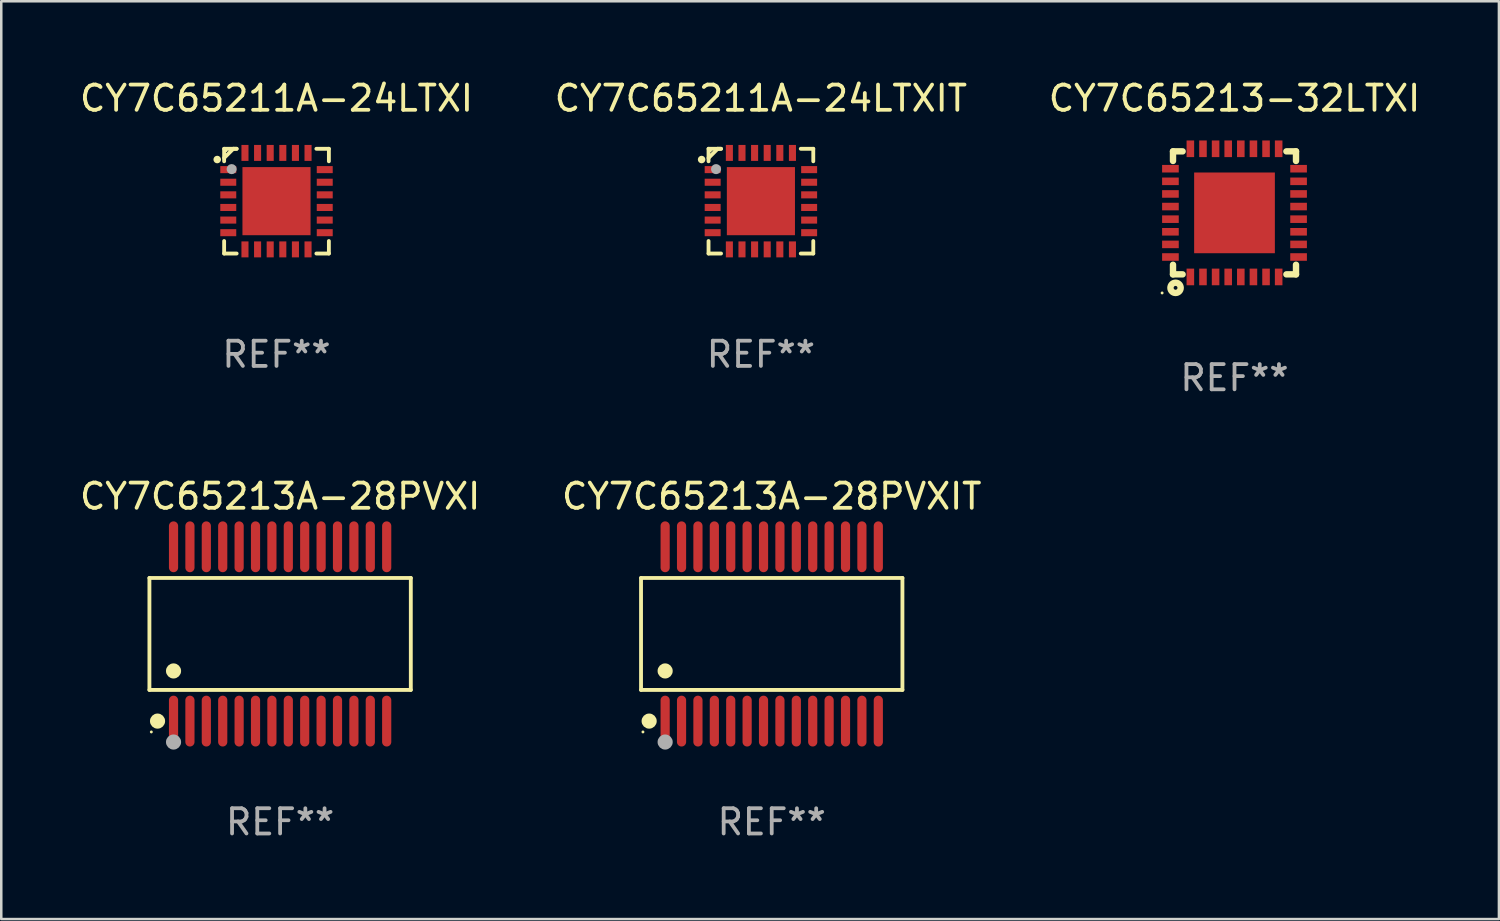
<source format=kicad_pcb>
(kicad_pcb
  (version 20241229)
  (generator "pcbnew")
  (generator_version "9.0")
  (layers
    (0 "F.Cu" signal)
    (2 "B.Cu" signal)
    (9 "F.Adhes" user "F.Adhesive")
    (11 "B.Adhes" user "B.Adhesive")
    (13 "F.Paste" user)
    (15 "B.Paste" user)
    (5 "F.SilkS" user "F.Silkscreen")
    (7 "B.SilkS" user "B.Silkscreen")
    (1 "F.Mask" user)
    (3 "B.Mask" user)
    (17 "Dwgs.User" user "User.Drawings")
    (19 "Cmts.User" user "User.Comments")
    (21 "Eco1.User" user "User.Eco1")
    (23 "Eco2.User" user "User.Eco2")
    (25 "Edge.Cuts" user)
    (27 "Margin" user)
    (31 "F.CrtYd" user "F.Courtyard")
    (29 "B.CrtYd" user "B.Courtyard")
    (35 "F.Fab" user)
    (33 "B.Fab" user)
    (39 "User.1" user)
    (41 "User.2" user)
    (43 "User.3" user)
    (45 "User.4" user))
  (footprint "CY7C65213A-28PVXIT"
    (layer "F.Cu")
    (at 27.542 22.08)
    (property "Reference" "CY7C65213A-28PVXIT" (at 0 -5.455 0) (layer "F.SilkS") (effects (font (size 1 1) (thickness 0.15))))
    (attr through_hole)
    (fp_line (start -5.181 -2.219) (end 5.181 -2.219) (stroke (width 0.152) (type solid)) (layer "F.SilkS"))
    (fp_line (start -5.181 2.219) (end -5.181 -2.219) (stroke (width 0.152) (type solid)) (layer "F.SilkS"))
    (fp_line (start 5.181 -2.219) (end 5.181 2.219) (stroke (width 0.152) (type solid)) (layer "F.SilkS"))
    (fp_line (start 5.181 2.219) (end -5.181 2.219) (stroke (width 0.152) (type solid)) (layer "F.SilkS"))
    (fp_circle (center -5.105 3.885) (end -5.075 3.885) (stroke (width 0.06) (type solid)) (fill no) (layer "F.SilkS"))
    (fp_circle (center -4.859 3.455) (end -4.709 3.455) (stroke (width 0.3) (type solid)) (fill no) (layer "F.SilkS"))
    (fp_circle (center -4.225 1.467) (end -4.075 1.467) (stroke (width 0.3) (type solid)) (fill no) (layer "F.SilkS"))
    (fp_circle (center -4.225 4.285) (end -4.075 4.285) (stroke (width 0.3) (type solid)) (fill no) (layer "F.Fab"))
    (fp_text user "REF**" (at 0 7.455 0) (layer "F.Fab") (effects (font (size 1 1) (thickness 0.15))))
    (pad "1" smd oval (at -4.225 3.455) (size 0.364 2.015) (layers "F.Cu" "F.Mask" "F.Paste"))
    (pad "2" smd oval (at -3.575 3.455) (size 0.364 2.015) (layers "F.Cu" "F.Mask" "F.Paste"))
    (pad "3" smd oval (at -2.925 3.455) (size 0.364 2.015) (layers "F.Cu" "F.Mask" "F.Paste"))
    (pad "4" smd oval (at -2.275 3.455) (size 0.364 2.015) (layers "F.Cu" "F.Mask" "F.Paste"))
    (pad "5" smd oval (at -1.625 3.455) (size 0.364 2.015) (layers "F.Cu" "F.Mask" "F.Paste"))
    (pad "6" smd oval (at -0.975 3.455) (size 0.364 2.015) (layers "F.Cu" "F.Mask" "F.Paste"))
    (pad "7" smd oval (at -0.325 3.455) (size 0.364 2.015) (layers "F.Cu" "F.Mask" "F.Paste"))
    (pad "8" smd oval (at 0.325 3.455) (size 0.364 2.015) (layers "F.Cu" "F.Mask" "F.Paste"))
    (pad "9" smd oval (at 0.975 3.455) (size 0.364 2.015) (layers "F.Cu" "F.Mask" "F.Paste"))
    (pad "10" smd oval (at 1.625 3.455) (size 0.364 2.015) (layers "F.Cu" "F.Mask" "F.Paste"))
    (pad "11" smd oval (at 2.275 3.455) (size 0.364 2.015) (layers "F.Cu" "F.Mask" "F.Paste"))
    (pad "12" smd oval (at 2.925 3.455) (size 0.364 2.015) (layers "F.Cu" "F.Mask" "F.Paste"))
    (pad "13" smd oval (at 3.575 3.455) (size 0.364 2.015) (layers "F.Cu" "F.Mask" "F.Paste"))
    (pad "14" smd oval (at 4.225 3.455) (size 0.364 2.015) (layers "F.Cu" "F.Mask" "F.Paste"))
    (pad "15" smd oval (at 4.225 -3.455) (size 0.364 2.015) (layers "F.Cu" "F.Mask" "F.Paste"))
    (pad "16" smd oval (at 3.575 -3.455) (size 0.364 2.015) (layers "F.Cu" "F.Mask" "F.Paste"))
    (pad "17" smd oval (at 2.925 -3.455) (size 0.364 2.015) (layers "F.Cu" "F.Mask" "F.Paste"))
    (pad "18" smd oval (at 2.275 -3.455) (size 0.364 2.015) (layers "F.Cu" "F.Mask" "F.Paste"))
    (pad "19" smd oval (at 1.625 -3.455) (size 0.364 2.015) (layers "F.Cu" "F.Mask" "F.Paste"))
    (pad "20" smd oval (at 0.975 -3.455) (size 0.364 2.015) (layers "F.Cu" "F.Mask" "F.Paste"))
    (pad "21" smd oval (at 0.325 -3.455) (size 0.364 2.015) (layers "F.Cu" "F.Mask" "F.Paste"))
    (pad "22" smd oval (at -0.325 -3.455) (size 0.364 2.015) (layers "F.Cu" "F.Mask" "F.Paste"))
    (pad "23" smd oval (at -0.975 -3.455) (size 0.364 2.015) (layers "F.Cu" "F.Mask" "F.Paste"))
    (pad "24" smd oval (at -1.625 -3.455) (size 0.364 2.015) (layers "F.Cu" "F.Mask" "F.Paste"))
    (pad "25" smd oval (at -2.275 -3.455) (size 0.364 2.015) (layers "F.Cu" "F.Mask" "F.Paste"))
    (pad "26" smd oval (at -2.925 -3.455) (size 0.364 2.015) (layers "F.Cu" "F.Mask" "F.Paste"))
    (pad "27" smd oval (at -3.575 -3.455) (size 0.364 2.015) (layers "F.Cu" "F.Mask" "F.Paste"))
    (pad "28" smd oval (at -4.225 -3.455) (size 0.364 2.015) (layers "F.Cu" "F.Mask" "F.Paste")))
  (footprint "CY7C65211A-24LTXI"
    (layer "F.Cu")
    (at 7.911 4.924)
    (property "Reference" "CY7C65211A-24LTXI" (at 0 -4.076 0) (layer "F.SilkS") (effects (font (size 1 1) (thickness 0.15))))
    (attr through_hole)
    (fp_line (start -2.076 -2.076) (end -2.076 -1.58) (stroke (width 0.152) (type solid)) (layer "F.SilkS"))
    (fp_line (start -2.076 2.076) (end -2.076 1.58) (stroke (width 0.152) (type solid)) (layer "F.SilkS"))
    (fp_line (start -1.713 -2.076) (end -2.076 -1.713) (stroke (width 0.152) (type solid)) (layer "F.SilkS"))
    (fp_line (start -1.58 -2.076) (end -2.076 -2.076) (stroke (width 0.152) (type solid)) (layer "F.SilkS"))
    (fp_line (start -1.58 -2.076) (end -1.713 -2.076) (stroke (width 0.152) (type solid)) (layer "F.SilkS"))
    (fp_line (start -1.58 2.076) (end -2.076 2.076) (stroke (width 0.152) (type solid)) (layer "F.SilkS"))
    (fp_line (start 1.58 -2.076) (end 2.076 -2.076) (stroke (width 0.152) (type solid)) (layer "F.SilkS"))
    (fp_line (start 1.58 2.076) (end 2.076 2.076) (stroke (width 0.152) (type solid)) (layer "F.SilkS"))
    (fp_line (start 2.076 -2.076) (end 2.076 -1.58) (stroke (width 0.152) (type solid)) (layer "F.SilkS"))
    (fp_line (start 2.076 2.076) (end 2.076 1.58) (stroke (width 0.152) (type solid)) (layer "F.SilkS"))
    (fp_circle (center -2.35 -1.65) (end -2.275 -1.65) (stroke (width 0.15) (type solid)) (fill no) (layer "F.SilkS"))
    (fp_circle (center -2 -2) (end -1.97 -2) (stroke (width 0.06) (type solid)) (fill no) (layer "F.SilkS"))
    (fp_circle (center -1.778 -1.27) (end -1.678 -1.27) (stroke (width 0.2) (type solid)) (fill no) (layer "F.Fab"))
    (fp_text user "REF**" (at 0 6.076 0) (layer "F.Fab") (effects (font (size 1 1) (thickness 0.15))))
    (pad "1" smd rect (at -1.912 -1.25) (size 0.633 0.28) (layers "F.Cu" "F.Mask" "F.Paste"))
    (pad "2" smd rect (at -1.912 -0.75) (size 0.633 0.28) (layers "F.Cu" "F.Mask" "F.Paste"))
    (pad "3" smd rect (at -1.912 -0.25) (size 0.633 0.28) (layers "F.Cu" "F.Mask" "F.Paste"))
    (pad "4" smd rect (at -1.912 0.25) (size 0.633 0.28) (layers "F.Cu" "F.Mask" "F.Paste"))
    (pad "5" smd rect (at -1.912 0.75) (size 0.633 0.28) (layers "F.Cu" "F.Mask" "F.Paste"))
    (pad "6" smd rect (at -1.912 1.25) (size 0.633 0.28) (layers "F.Cu" "F.Mask" "F.Paste"))
    (pad "7" smd rect (at -1.25 1.912) (size 0.28 0.633) (layers "F.Cu" "F.Mask" "F.Paste"))
    (pad "8" smd rect (at -0.75 1.912) (size 0.28 0.633) (layers "F.Cu" "F.Mask" "F.Paste"))
    (pad "9" smd rect (at -0.25 1.912) (size 0.28 0.633) (layers "F.Cu" "F.Mask" "F.Paste"))
    (pad "10" smd rect (at 0.25 1.912) (size 0.28 0.633) (layers "F.Cu" "F.Mask" "F.Paste"))
    (pad "11" smd rect (at 0.75 1.912) (size 0.28 0.633) (layers "F.Cu" "F.Mask" "F.Paste"))
    (pad "12" smd rect (at 1.25 1.912) (size 0.28 0.633) (layers "F.Cu" "F.Mask" "F.Paste"))
    (pad "13" smd rect (at 1.912 1.25) (size 0.633 0.28) (layers "F.Cu" "F.Mask" "F.Paste"))
    (pad "14" smd rect (at 1.912 0.75) (size 0.633 0.28) (layers "F.Cu" "F.Mask" "F.Paste"))
    (pad "15" smd rect (at 1.912 0.25) (size 0.633 0.28) (layers "F.Cu" "F.Mask" "F.Paste"))
    (pad "16" smd rect (at 1.912 -0.25) (size 0.633 0.28) (layers "F.Cu" "F.Mask" "F.Paste"))
    (pad "17" smd rect (at 1.912 -0.75) (size 0.633 0.28) (layers "F.Cu" "F.Mask" "F.Paste"))
    (pad "18" smd rect (at 1.912 -1.25) (size 0.633 0.28) (layers "F.Cu" "F.Mask" "F.Paste"))
    (pad "19" smd rect (at 1.25 -1.912) (size 0.28 0.633) (layers "F.Cu" "F.Mask" "F.Paste"))
    (pad "20" smd rect (at 0.75 -1.912) (size 0.28 0.633) (layers "F.Cu" "F.Mask" "F.Paste"))
    (pad "21" smd rect (at 0.25 -1.912) (size 0.28 0.633) (layers "F.Cu" "F.Mask" "F.Paste"))
    (pad "22" smd rect (at -0.25 -1.912) (size 0.28 0.633) (layers "F.Cu" "F.Mask" "F.Paste"))
    (pad "23" smd rect (at -0.75 -1.912) (size 0.28 0.633) (layers "F.Cu" "F.Mask" "F.Paste"))
    (pad "24" smd rect (at -1.25 -1.912) (size 0.28 0.633) (layers "F.Cu" "F.Mask" "F.Paste"))
    (pad "25" smd rect (at 0 0) (size 2.7 2.7) (layers "F.Cu" "F.Mask" "F.Paste")))
  (footprint "CY7C65213-32LTXI"
    (layer "F.Cu")
    (at 45.887 5.388)
    (property "Reference" "CY7C65213-32LTXI" (at 0 -4.54 0) (layer "F.SilkS") (effects (font (size 1 1) (thickness 0.15))))
    (attr through_hole)
    (fp_line (start -2.438 -2.438) (end -2.057 -2.438) (stroke (width 0.254) (type solid)) (layer "F.SilkS"))
    (fp_line (start -2.438 -2.057) (end -2.438 -2.438) (stroke (width 0.254) (type solid)) (layer "F.SilkS"))
    (fp_line (start -2.438 2.438) (end -2.438 2.057) (stroke (width 0.254) (type solid)) (layer "F.SilkS"))
    (fp_line (start -2.057 2.438) (end -2.438 2.438) (stroke (width 0.254) (type solid)) (layer "F.SilkS"))
    (fp_line (start 2.057 -2.438) (end 2.438 -2.438) (stroke (width 0.254) (type solid)) (layer "F.SilkS"))
    (fp_line (start 2.438 -2.438) (end 2.438 -2.057) (stroke (width 0.254) (type solid)) (layer "F.SilkS"))
    (fp_line (start 2.438 2.057) (end 2.438 2.438) (stroke (width 0.254) (type solid)) (layer "F.SilkS"))
    (fp_line (start 2.438 2.438) (end 2.057 2.438) (stroke (width 0.254) (type solid)) (layer "F.SilkS"))
    (fp_circle (center -2.87 3.175) (end -2.84 3.175) (stroke (width 0.06) (type solid)) (fill no) (layer "F.SilkS"))
    (fp_circle (center -2.337 2.972) (end -2.261 2.972) (stroke (width 0.254) (type solid)) (fill no) (layer "F.SilkS"))
    (fp_text user "REF**" (at 0 6.54 0) (layer "F.Fab") (effects (font (size 1 1) (thickness 0.15))))
    (pad "1" smd rect (at -1.75 2.54 90) (size 0.66 0.3) (layers "F.Cu" "F.Mask" "F.Paste"))
    (pad "2" smd rect (at -1.25 2.54 90) (size 0.66 0.3) (layers "F.Cu" "F.Mask" "F.Paste"))
    (pad "3" smd rect (at -0.75 2.54 90) (size 0.66 0.3) (layers "F.Cu" "F.Mask" "F.Paste"))
    (pad "4" smd rect (at -0.25 2.54 90) (size 0.66 0.3) (layers "F.Cu" "F.Mask" "F.Paste"))
    (pad "5" smd rect (at 0.25 2.54 90) (size 0.66 0.3) (layers "F.Cu" "F.Mask" "F.Paste"))
    (pad "6" smd rect (at 0.75 2.54 90) (size 0.66 0.3) (layers "F.Cu" "F.Mask" "F.Paste"))
    (pad "7" smd rect (at 1.25 2.54 90) (size 0.66 0.3) (layers "F.Cu" "F.Mask" "F.Paste"))
    (pad "8" smd rect (at 1.75 2.54 90) (size 0.66 0.3) (layers "F.Cu" "F.Mask" "F.Paste"))
    (pad "9" smd rect (at 2.54 1.75 90) (size 0.3 0.66) (layers "F.Cu" "F.Mask" "F.Paste"))
    (pad "10" smd rect (at 2.54 1.25 90) (size 0.3 0.66) (layers "F.Cu" "F.Mask" "F.Paste"))
    (pad "11" smd rect (at 2.54 0.75 90) (size 0.3 0.66) (layers "F.Cu" "F.Mask" "F.Paste"))
    (pad "12" smd rect (at 2.54 0.25 90) (size 0.3 0.66) (layers "F.Cu" "F.Mask" "F.Paste"))
    (pad "13" smd rect (at 2.54 -0.25 90) (size 0.3 0.66) (layers "F.Cu" "F.Mask" "F.Paste"))
    (pad "14" smd rect (at 2.54 -0.75 90) (size 0.3 0.66) (layers "F.Cu" "F.Mask" "F.Paste"))
    (pad "15" smd rect (at 2.54 -1.25 90) (size 0.3 0.66) (layers "F.Cu" "F.Mask" "F.Paste"))
    (pad "16" smd rect (at 2.54 -1.75 90) (size 0.3 0.66) (layers "F.Cu" "F.Mask" "F.Paste"))
    (pad "17" smd rect (at 1.75 -2.54 90) (size 0.66 0.3) (layers "F.Cu" "F.Mask" "F.Paste"))
    (pad "18" smd rect (at 1.25 -2.54 90) (size 0.66 0.3) (layers "F.Cu" "F.Mask" "F.Paste"))
    (pad "19" smd rect (at 0.75 -2.54 90) (size 0.66 0.3) (layers "F.Cu" "F.Mask" "F.Paste"))
    (pad "20" smd rect (at 0.25 -2.54 90) (size 0.66 0.3) (layers "F.Cu" "F.Mask" "F.Paste"))
    (pad "21" smd rect (at -0.25 -2.54 90) (size 0.66 0.3) (layers "F.Cu" "F.Mask" "F.Paste"))
    (pad "22" smd rect (at -0.75 -2.54 90) (size 0.66 0.3) (layers "F.Cu" "F.Mask" "F.Paste"))
    (pad "23" smd rect (at -1.25 -2.54 90) (size 0.66 0.3) (layers "F.Cu" "F.Mask" "F.Paste"))
    (pad "24" smd rect (at -1.75 -2.54 90) (size 0.66 0.3) (layers "F.Cu" "F.Mask" "F.Paste"))
    (pad "25" smd rect (at -2.54 -1.75 90) (size 0.3 0.66) (layers "F.Cu" "F.Mask" "F.Paste"))
    (pad "26" smd rect (at -2.54 -1.25 90) (size 0.3 0.66) (layers "F.Cu" "F.Mask" "F.Paste"))
    (pad "27" smd rect (at -2.54 -0.75 90) (size 0.3 0.66) (layers "F.Cu" "F.Mask" "F.Paste"))
    (pad "28" smd rect (at -2.54 -0.25 90) (size 0.3 0.66) (layers "F.Cu" "F.Mask" "F.Paste"))
    (pad "29" smd rect (at -2.54 0.25 90) (size 0.3 0.66) (layers "F.Cu" "F.Mask" "F.Paste"))
    (pad "30" smd rect (at -2.54 0.75 90) (size 0.3 0.66) (layers "F.Cu" "F.Mask" "F.Paste"))
    (pad "31" smd rect (at -2.54 1.25 90) (size 0.3 0.66) (layers "F.Cu" "F.Mask" "F.Paste"))
    (pad "32" smd rect (at -2.54 1.75 90) (size 0.3 0.66) (layers "F.Cu" "F.Mask" "F.Paste"))
    (pad "33" smd rect (at 0 0 90) (size 3.2 3.2) (layers "F.Cu" "F.Mask" "F.Paste")))
  (footprint "CY7C65211A-24LTXIT"
    (layer "F.Cu")
    (at 27.113 4.924)
    (property "Reference" "CY7C65211A-24LTXIT" (at 0 -4.076 0) (layer "F.SilkS") (effects (font (size 1 1) (thickness 0.15))))
    (attr through_hole)
    (fp_line (start -2.076 -2.076) (end -2.076 -1.58) (stroke (width 0.152) (type solid)) (layer "F.SilkS"))
    (fp_line (start -2.076 2.076) (end -2.076 1.58) (stroke (width 0.152) (type solid)) (layer "F.SilkS"))
    (fp_line (start -1.713 -2.076) (end -2.076 -1.713) (stroke (width 0.152) (type solid)) (layer "F.SilkS"))
    (fp_line (start -1.58 -2.076) (end -2.076 -2.076) (stroke (width 0.152) (type solid)) (layer "F.SilkS"))
    (fp_line (start -1.58 -2.076) (end -1.713 -2.076) (stroke (width 0.152) (type solid)) (layer "F.SilkS"))
    (fp_line (start -1.58 2.076) (end -2.076 2.076) (stroke (width 0.152) (type solid)) (layer "F.SilkS"))
    (fp_line (start 1.58 -2.076) (end 2.076 -2.076) (stroke (width 0.152) (type solid)) (layer "F.SilkS"))
    (fp_line (start 1.58 2.076) (end 2.076 2.076) (stroke (width 0.152) (type solid)) (layer "F.SilkS"))
    (fp_line (start 2.076 -2.076) (end 2.076 -1.58) (stroke (width 0.152) (type solid)) (layer "F.SilkS"))
    (fp_line (start 2.076 2.076) (end 2.076 1.58) (stroke (width 0.152) (type solid)) (layer "F.SilkS"))
    (fp_circle (center -2.35 -1.65) (end -2.275 -1.65) (stroke (width 0.15) (type solid)) (fill no) (layer "F.SilkS"))
    (fp_circle (center -2 -2) (end -1.97 -2) (stroke (width 0.06) (type solid)) (fill no) (layer "F.SilkS"))
    (fp_circle (center -1.778 -1.27) (end -1.678 -1.27) (stroke (width 0.2) (type solid)) (fill no) (layer "F.Fab"))
    (fp_text user "REF**" (at 0 6.076 0) (layer "F.Fab") (effects (font (size 1 1) (thickness 0.15))))
    (pad "1" smd rect (at -1.912 -1.25) (size 0.633 0.28) (layers "F.Cu" "F.Mask" "F.Paste"))
    (pad "2" smd rect (at -1.912 -0.75) (size 0.633 0.28) (layers "F.Cu" "F.Mask" "F.Paste"))
    (pad "3" smd rect (at -1.912 -0.25) (size 0.633 0.28) (layers "F.Cu" "F.Mask" "F.Paste"))
    (pad "4" smd rect (at -1.912 0.25) (size 0.633 0.28) (layers "F.Cu" "F.Mask" "F.Paste"))
    (pad "5" smd rect (at -1.912 0.75) (size 0.633 0.28) (layers "F.Cu" "F.Mask" "F.Paste"))
    (pad "6" smd rect (at -1.912 1.25) (size 0.633 0.28) (layers "F.Cu" "F.Mask" "F.Paste"))
    (pad "7" smd rect (at -1.25 1.912) (size 0.28 0.633) (layers "F.Cu" "F.Mask" "F.Paste"))
    (pad "8" smd rect (at -0.75 1.912) (size 0.28 0.633) (layers "F.Cu" "F.Mask" "F.Paste"))
    (pad "9" smd rect (at -0.25 1.912) (size 0.28 0.633) (layers "F.Cu" "F.Mask" "F.Paste"))
    (pad "10" smd rect (at 0.25 1.912) (size 0.28 0.633) (layers "F.Cu" "F.Mask" "F.Paste"))
    (pad "11" smd rect (at 0.75 1.912) (size 0.28 0.633) (layers "F.Cu" "F.Mask" "F.Paste"))
    (pad "12" smd rect (at 1.25 1.912) (size 0.28 0.633) (layers "F.Cu" "F.Mask" "F.Paste"))
    (pad "13" smd rect (at 1.912 1.25) (size 0.633 0.28) (layers "F.Cu" "F.Mask" "F.Paste"))
    (pad "14" smd rect (at 1.912 0.75) (size 0.633 0.28) (layers "F.Cu" "F.Mask" "F.Paste"))
    (pad "15" smd rect (at 1.912 0.25) (size 0.633 0.28) (layers "F.Cu" "F.Mask" "F.Paste"))
    (pad "16" smd rect (at 1.912 -0.25) (size 0.633 0.28) (layers "F.Cu" "F.Mask" "F.Paste"))
    (pad "17" smd rect (at 1.912 -0.75) (size 0.633 0.28) (layers "F.Cu" "F.Mask" "F.Paste"))
    (pad "18" smd rect (at 1.912 -1.25) (size 0.633 0.28) (layers "F.Cu" "F.Mask" "F.Paste"))
    (pad "19" smd rect (at 1.25 -1.912) (size 0.28 0.633) (layers "F.Cu" "F.Mask" "F.Paste"))
    (pad "20" smd rect (at 0.75 -1.912) (size 0.28 0.633) (layers "F.Cu" "F.Mask" "F.Paste"))
    (pad "21" smd rect (at 0.25 -1.912) (size 0.28 0.633) (layers "F.Cu" "F.Mask" "F.Paste"))
    (pad "22" smd rect (at -0.25 -1.912) (size 0.28 0.633) (layers "F.Cu" "F.Mask" "F.Paste"))
    (pad "23" smd rect (at -0.75 -1.912) (size 0.28 0.633) (layers "F.Cu" "F.Mask" "F.Paste"))
    (pad "24" smd rect (at -1.25 -1.912) (size 0.28 0.633) (layers "F.Cu" "F.Mask" "F.Paste"))
    (pad "25" smd rect (at 0 0) (size 2.7 2.7) (layers "F.Cu" "F.Mask" "F.Paste")))
  (footprint "CY7C65213A-28PVXI"
    (layer "F.Cu")
    (at 8.054 22.08)
    (property "Reference" "CY7C65213A-28PVXI" (at 0 -5.455 0) (layer "F.SilkS") (effects (font (size 1 1) (thickness 0.15))))
    (attr through_hole)
    (fp_line (start -5.181 -2.219) (end 5.181 -2.219) (stroke (width 0.152) (type solid)) (layer "F.SilkS"))
    (fp_line (start -5.181 2.219) (end -5.181 -2.219) (stroke (width 0.152) (type solid)) (layer "F.SilkS"))
    (fp_line (start 5.181 -2.219) (end 5.181 2.219) (stroke (width 0.152) (type solid)) (layer "F.SilkS"))
    (fp_line (start 5.181 2.219) (end -5.181 2.219) (stroke (width 0.152) (type solid)) (layer "F.SilkS"))
    (fp_circle (center -5.105 3.885) (end -5.075 3.885) (stroke (width 0.06) (type solid)) (fill no) (layer "F.SilkS"))
    (fp_circle (center -4.859 3.455) (end -4.709 3.455) (stroke (width 0.3) (type solid)) (fill no) (layer "F.SilkS"))
    (fp_circle (center -4.225 1.467) (end -4.075 1.467) (stroke (width 0.3) (type solid)) (fill no) (layer "F.SilkS"))
    (fp_circle (center -4.225 4.285) (end -4.075 4.285) (stroke (width 0.3) (type solid)) (fill no) (layer "F.Fab"))
    (fp_text user "REF**" (at 0 7.455 0) (layer "F.Fab") (effects (font (size 1 1) (thickness 0.15))))
    (pad "1" smd oval (at -4.225 3.455) (size 0.364 2.015) (layers "F.Cu" "F.Mask" "F.Paste"))
    (pad "2" smd oval (at -3.575 3.455) (size 0.364 2.015) (layers "F.Cu" "F.Mask" "F.Paste"))
    (pad "3" smd oval (at -2.925 3.455) (size 0.364 2.015) (layers "F.Cu" "F.Mask" "F.Paste"))
    (pad "4" smd oval (at -2.275 3.455) (size 0.364 2.015) (layers "F.Cu" "F.Mask" "F.Paste"))
    (pad "5" smd oval (at -1.625 3.455) (size 0.364 2.015) (layers "F.Cu" "F.Mask" "F.Paste"))
    (pad "6" smd oval (at -0.975 3.455) (size 0.364 2.015) (layers "F.Cu" "F.Mask" "F.Paste"))
    (pad "7" smd oval (at -0.325 3.455) (size 0.364 2.015) (layers "F.Cu" "F.Mask" "F.Paste"))
    (pad "8" smd oval (at 0.325 3.455) (size 0.364 2.015) (layers "F.Cu" "F.Mask" "F.Paste"))
    (pad "9" smd oval (at 0.975 3.455) (size 0.364 2.015) (layers "F.Cu" "F.Mask" "F.Paste"))
    (pad "10" smd oval (at 1.625 3.455) (size 0.364 2.015) (layers "F.Cu" "F.Mask" "F.Paste"))
    (pad "11" smd oval (at 2.275 3.455) (size 0.364 2.015) (layers "F.Cu" "F.Mask" "F.Paste"))
    (pad "12" smd oval (at 2.925 3.455) (size 0.364 2.015) (layers "F.Cu" "F.Mask" "F.Paste"))
    (pad "13" smd oval (at 3.575 3.455) (size 0.364 2.015) (layers "F.Cu" "F.Mask" "F.Paste"))
    (pad "14" smd oval (at 4.225 3.455) (size 0.364 2.015) (layers "F.Cu" "F.Mask" "F.Paste"))
    (pad "15" smd oval (at 4.225 -3.455) (size 0.364 2.015) (layers "F.Cu" "F.Mask" "F.Paste"))
    (pad "16" smd oval (at 3.575 -3.455) (size 0.364 2.015) (layers "F.Cu" "F.Mask" "F.Paste"))
    (pad "17" smd oval (at 2.925 -3.455) (size 0.364 2.015) (layers "F.Cu" "F.Mask" "F.Paste"))
    (pad "18" smd oval (at 2.275 -3.455) (size 0.364 2.015) (layers "F.Cu" "F.Mask" "F.Paste"))
    (pad "19" smd oval (at 1.625 -3.455) (size 0.364 2.015) (layers "F.Cu" "F.Mask" "F.Paste"))
    (pad "20" smd oval (at 0.975 -3.455) (size 0.364 2.015) (layers "F.Cu" "F.Mask" "F.Paste"))
    (pad "21" smd oval (at 0.325 -3.455) (size 0.364 2.015) (layers "F.Cu" "F.Mask" "F.Paste"))
    (pad "22" smd oval (at -0.325 -3.455) (size 0.364 2.015) (layers "F.Cu" "F.Mask" "F.Paste"))
    (pad "23" smd oval (at -0.975 -3.455) (size 0.364 2.015) (layers "F.Cu" "F.Mask" "F.Paste"))
    (pad "24" smd oval (at -1.625 -3.455) (size 0.364 2.015) (layers "F.Cu" "F.Mask" "F.Paste"))
    (pad "25" smd oval (at -2.275 -3.455) (size 0.364 2.015) (layers "F.Cu" "F.Mask" "F.Paste"))
    (pad "26" smd oval (at -2.925 -3.455) (size 0.364 2.015) (layers "F.Cu" "F.Mask" "F.Paste"))
    (pad "27" smd oval (at -3.575 -3.455) (size 0.364 2.015) (layers "F.Cu" "F.Mask" "F.Paste"))
    (pad "28" smd oval (at -4.225 -3.455) (size 0.364 2.015) (layers "F.Cu" "F.Mask" "F.Paste")))
  (gr_rect
    (start -3 -3)
    (end 56.369 33.383)
    (stroke (width 0.1) (type default))
    (fill no)
    (layer "Edge.Cuts")))
</source>
